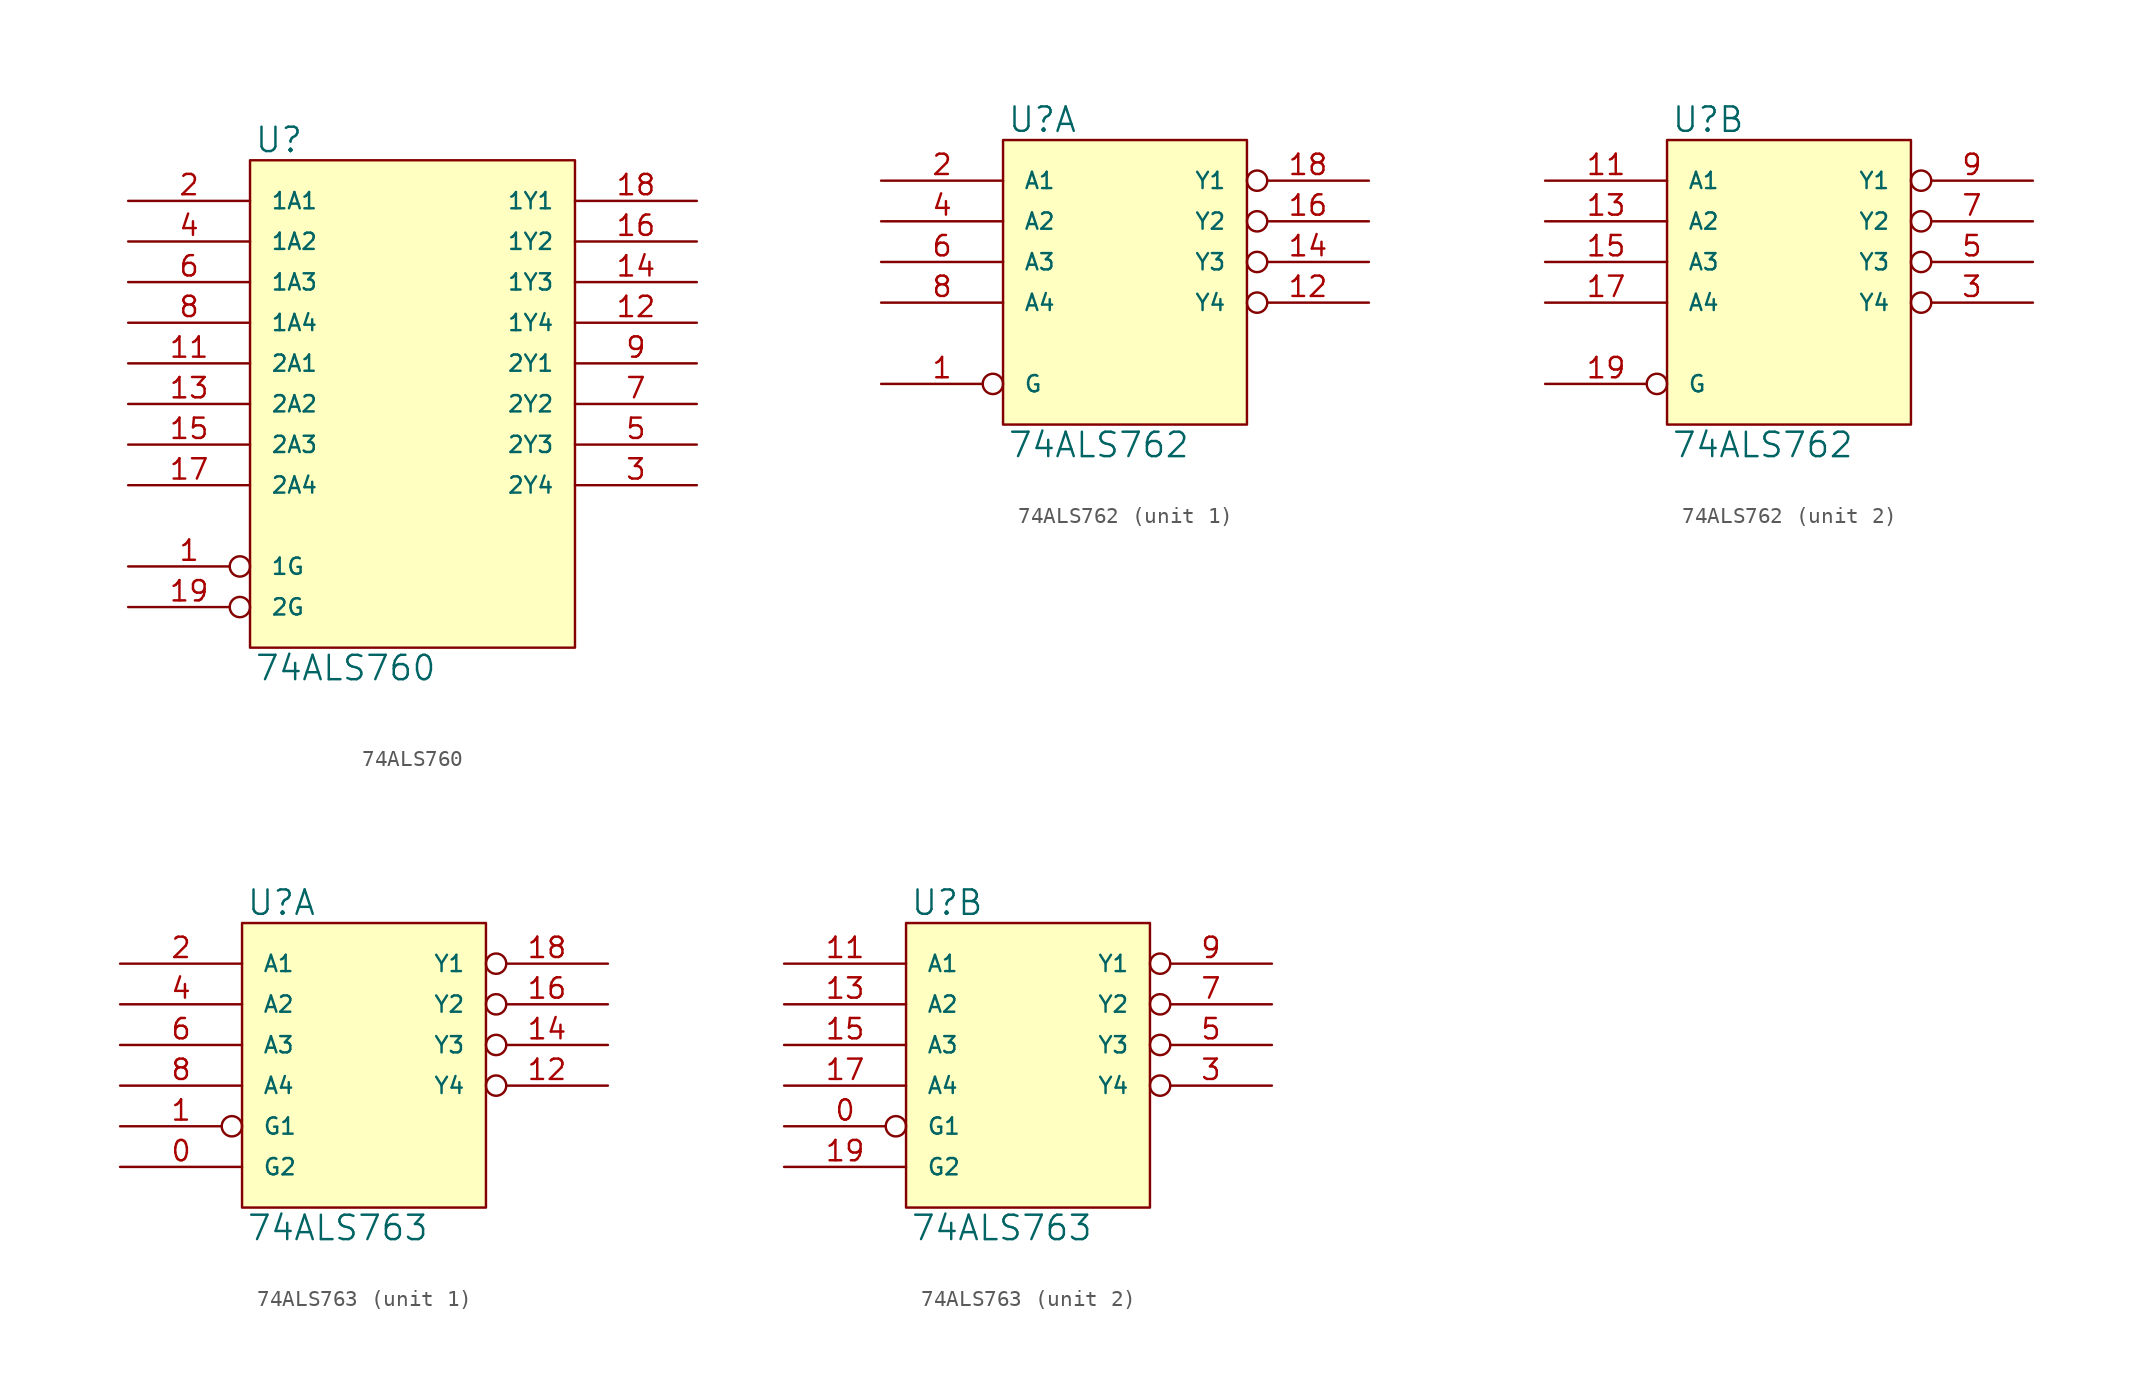
<source format=kicad_sym>
(kicad_symbol_lib
  (version 20231120)
  (generator "kicad_symbol_editor")
  (generator_version "8.0")
  (symbol "74ALS760"
    (pin_names
      (offset 1.27))
    (property "Reference" "U"
      (at 0.254 0.381 0)
      (effects (font (size 1.524 1.524)) (justify left bottom)))
    (property "Value" "74ALS760"
      (at 0.254 -30.861 0)
      (effects (font (size 1.524 1.524)) (justify left top)))
    (symbol "74ALS760_0_1"
      (rectangle (start 0 0) (end 20.32 -30.48) (stroke (width 0) (type solid)) (fill (type background))))
    (symbol "74ALS760_1_1"
      (pin input inverted (at -7.62 -25.4 0) (length 7.62) (name "1G" (effects (font (size 1.016 1.016)))) (number "1" (effects (font (size 1.27 1.27)))))
      (pin power_in line (at 0 -30.48 90) (length 0) hide (name "GND" (effects (font (size 1.016 1.016)))) (number "10" (effects (font (size 1.27 1.27)))))
      (pin input line (at -7.62 -12.7 0) (length 7.62) (name "2A1" (effects (font (size 1.016 1.016)))) (number "11" (effects (font (size 1.27 1.27)))))
      (pin open_collector line (at 27.94 -10.16 180) (length 7.62) (name "1Y4" (effects (font (size 1.016 1.016)))) (number "12" (effects (font (size 1.27 1.27)))))
      (pin input line (at -7.62 -15.24 0) (length 7.62) (name "2A2" (effects (font (size 1.016 1.016)))) (number "13" (effects (font (size 1.27 1.27)))))
      (pin open_collector line (at 27.94 -7.62 180) (length 7.62) (name "1Y3" (effects (font (size 1.016 1.016)))) (number "14" (effects (font (size 1.27 1.27)))))
      (pin input line (at -7.62 -17.78 0) (length 7.62) (name "2A3" (effects (font (size 1.016 1.016)))) (number "15" (effects (font (size 1.27 1.27)))))
      (pin open_collector line (at 27.94 -5.08 180) (length 7.62) (name "1Y2" (effects (font (size 1.016 1.016)))) (number "16" (effects (font (size 1.27 1.27)))))
      (pin input line (at -7.62 -20.32 0) (length 7.62) (name "2A4" (effects (font (size 1.016 1.016)))) (number "17" (effects (font (size 1.27 1.27)))))
      (pin open_collector line (at 27.94 -2.54 180) (length 7.62) (name "1Y1" (effects (font (size 1.016 1.016)))) (number "18" (effects (font (size 1.27 1.27)))))
      (pin input inverted (at -7.62 -27.94 0) (length 7.62) (name "2G" (effects (font (size 1.016 1.016)))) (number "19" (effects (font (size 1.27 1.27)))))
      (pin input line (at -7.62 -2.54 0) (length 7.62) (name "1A1" (effects (font (size 1.016 1.016)))) (number "2" (effects (font (size 1.27 1.27)))))
      (pin power_in line (at 0 0 270) (length 0) hide (name "VCC" (effects (font (size 1.016 1.016)))) (number "20" (effects (font (size 1.27 1.27)))))
      (pin open_collector line (at 27.94 -20.32 180) (length 7.62) (name "2Y4" (effects (font (size 1.016 1.016)))) (number "3" (effects (font (size 1.27 1.27)))))
      (pin input line (at -7.62 -5.08 0) (length 7.62) (name "1A2" (effects (font (size 1.016 1.016)))) (number "4" (effects (font (size 1.27 1.27)))))
      (pin open_collector line (at 27.94 -17.78 180) (length 7.62) (name "2Y3" (effects (font (size 1.016 1.016)))) (number "5" (effects (font (size 1.27 1.27)))))
      (pin input line (at -7.62 -7.62 0) (length 7.62) (name "1A3" (effects (font (size 1.016 1.016)))) (number "6" (effects (font (size 1.27 1.27)))))
      (pin open_collector line (at 27.94 -15.24 180) (length 7.62) (name "2Y2" (effects (font (size 1.016 1.016)))) (number "7" (effects (font (size 1.27 1.27)))))
      (pin input line (at -7.62 -10.16 0) (length 7.62) (name "1A4" (effects (font (size 1.016 1.016)))) (number "8" (effects (font (size 1.27 1.27)))))
      (pin open_collector line (at 27.94 -12.7 180) (length 7.62) (name "2Y1" (effects (font (size 1.016 1.016)))) (number "9" (effects (font (size 1.27 1.27)))))))
  (symbol "74ALS762"
    (pin_names
      (offset 1.27))
    (property "Reference" "U"
      (at 0.254 0.381 0)
      (effects (font (size 1.524 1.524)) (justify left bottom)))
    (property "Value" "74ALS762"
      (at 0.254 -18.161 0)
      (effects (font (size 1.524 1.524)) (justify left top)))
    (symbol "74ALS762_0_1"
      (rectangle (start 0 0) (end 15.24 -17.78) (stroke (width 0) (type solid)) (fill (type background))))
    (symbol "74ALS762_1_1"
      (pin input inverted (at -7.62 -15.24 0) (length 7.62) (name "G" (effects (font (size 1.016 1.016)))) (number "1" (effects (font (size 1.27 1.27)))))
      (pin power_in line (at 0 -17.78 90) (length 0) hide (name "GND" (effects (font (size 1.016 1.016)))) (number "10" (effects (font (size 1.27 1.27)))))
      (pin open_collector inverted (at 22.86 -10.16 180) (length 7.62) (name "Y4" (effects (font (size 1.016 1.016)))) (number "12" (effects (font (size 1.27 1.27)))))
      (pin open_collector inverted (at 22.86 -7.62 180) (length 7.62) (name "Y3" (effects (font (size 1.016 1.016)))) (number "14" (effects (font (size 1.27 1.27)))))
      (pin open_collector inverted (at 22.86 -5.08 180) (length 7.62) (name "Y2" (effects (font (size 1.016 1.016)))) (number "16" (effects (font (size 1.27 1.27)))))
      (pin open_collector inverted (at 22.86 -2.54 180) (length 7.62) (name "Y1" (effects (font (size 1.016 1.016)))) (number "18" (effects (font (size 1.27 1.27)))))
      (pin input line (at -7.62 -2.54 0) (length 7.62) (name "A1" (effects (font (size 1.016 1.016)))) (number "2" (effects (font (size 1.27 1.27)))))
      (pin power_in line (at 0 0 270) (length 0) hide (name "VCC" (effects (font (size 1.016 1.016)))) (number "20" (effects (font (size 1.27 1.27)))))
      (pin input line (at -7.62 -5.08 0) (length 7.62) (name "A2" (effects (font (size 1.016 1.016)))) (number "4" (effects (font (size 1.27 1.27)))))
      (pin input line (at -7.62 -7.62 0) (length 7.62) (name "A3" (effects (font (size 1.016 1.016)))) (number "6" (effects (font (size 1.27 1.27)))))
      (pin input line (at -7.62 -10.16 0) (length 7.62) (name "A4" (effects (font (size 1.016 1.016)))) (number "8" (effects (font (size 1.27 1.27))))))
    (symbol "74ALS762_2_1"
      (pin power_in line (at 0 -17.78 90) (length 0) hide (name "GND" (effects (font (size 1.016 1.016)))) (number "10" (effects (font (size 1.27 1.27)))))
      (pin input line (at -7.62 -2.54 0) (length 7.62) (name "A1" (effects (font (size 1.016 1.016)))) (number "11" (effects (font (size 1.27 1.27)))))
      (pin input line (at -7.62 -5.08 0) (length 7.62) (name "A2" (effects (font (size 1.016 1.016)))) (number "13" (effects (font (size 1.27 1.27)))))
      (pin input line (at -7.62 -7.62 0) (length 7.62) (name "A3" (effects (font (size 1.016 1.016)))) (number "15" (effects (font (size 1.27 1.27)))))
      (pin input line (at -7.62 -10.16 0) (length 7.62) (name "A4" (effects (font (size 1.016 1.016)))) (number "17" (effects (font (size 1.27 1.27)))))
      (pin input inverted (at -7.62 -15.24 0) (length 7.62) (name "G" (effects (font (size 1.016 1.016)))) (number "19" (effects (font (size 1.27 1.27)))))
      (pin power_in line (at 0 0 270) (length 0) hide (name "VCC" (effects (font (size 1.016 1.016)))) (number "20" (effects (font (size 1.27 1.27)))))
      (pin open_collector inverted (at 22.86 -10.16 180) (length 7.62) (name "Y4" (effects (font (size 1.016 1.016)))) (number "3" (effects (font (size 1.27 1.27)))))
      (pin open_collector inverted (at 22.86 -7.62 180) (length 7.62) (name "Y3" (effects (font (size 1.016 1.016)))) (number "5" (effects (font (size 1.27 1.27)))))
      (pin open_collector inverted (at 22.86 -5.08 180) (length 7.62) (name "Y2" (effects (font (size 1.016 1.016)))) (number "7" (effects (font (size 1.27 1.27)))))
      (pin open_collector inverted (at 22.86 -2.54 180) (length 7.62) (name "Y1" (effects (font (size 1.016 1.016)))) (number "9" (effects (font (size 1.27 1.27)))))))
  (symbol "74ALS763"
    (pin_names
      (offset 1.27))
    (property "Reference" "U"
      (at 0.254 0.381 0)
      (effects (font (size 1.524 1.524)) (justify left bottom)))
    (property "Value" "74ALS763"
      (at 0.254 -18.161 0)
      (effects (font (size 1.524 1.524)) (justify left top)))
    (symbol "74ALS763_0_1"
      (rectangle (start 0 0) (end 15.24 -17.78) (stroke (width 0) (type solid)) (fill (type background))))
    (symbol "74ALS763_1_1"
      (pin input line (at -7.62 -15.24 0) (length 7.62) (name "G2" (effects (font (size 1.016 1.016)))) (number "0" (effects (font (size 1.27 1.27)))))
      (pin input inverted (at -7.62 -12.7 0) (length 7.62) (name "G1" (effects (font (size 1.016 1.016)))) (number "1" (effects (font (size 1.27 1.27)))))
      (pin power_in line (at 0 -17.78 90) (length 0) hide (name "GND" (effects (font (size 1.016 1.016)))) (number "10" (effects (font (size 1.27 1.27)))))
      (pin open_collector inverted (at 22.86 -10.16 180) (length 7.62) (name "Y4" (effects (font (size 1.016 1.016)))) (number "12" (effects (font (size 1.27 1.27)))))
      (pin open_collector inverted (at 22.86 -7.62 180) (length 7.62) (name "Y3" (effects (font (size 1.016 1.016)))) (number "14" (effects (font (size 1.27 1.27)))))
      (pin open_collector inverted (at 22.86 -5.08 180) (length 7.62) (name "Y2" (effects (font (size 1.016 1.016)))) (number "16" (effects (font (size 1.27 1.27)))))
      (pin open_collector inverted (at 22.86 -2.54 180) (length 7.62) (name "Y1" (effects (font (size 1.016 1.016)))) (number "18" (effects (font (size 1.27 1.27)))))
      (pin input line (at -7.62 -2.54 0) (length 7.62) (name "A1" (effects (font (size 1.016 1.016)))) (number "2" (effects (font (size 1.27 1.27)))))
      (pin power_in line (at 0 0 270) (length 0) hide (name "VCC" (effects (font (size 1.016 1.016)))) (number "20" (effects (font (size 1.27 1.27)))))
      (pin input line (at -7.62 -5.08 0) (length 7.62) (name "A2" (effects (font (size 1.016 1.016)))) (number "4" (effects (font (size 1.27 1.27)))))
      (pin input line (at -7.62 -7.62 0) (length 7.62) (name "A3" (effects (font (size 1.016 1.016)))) (number "6" (effects (font (size 1.27 1.27)))))
      (pin input line (at -7.62 -10.16 0) (length 7.62) (name "A4" (effects (font (size 1.016 1.016)))) (number "8" (effects (font (size 1.27 1.27))))))
    (symbol "74ALS763_2_1"
      (pin input inverted (at -7.62 -12.7 0) (length 7.62) (name "G1" (effects (font (size 1.016 1.016)))) (number "0" (effects (font (size 1.27 1.27)))))
      (pin power_in line (at 0 -17.78 90) (length 0) hide (name "GND" (effects (font (size 1.016 1.016)))) (number "10" (effects (font (size 1.27 1.27)))))
      (pin input line (at -7.62 -2.54 0) (length 7.62) (name "A1" (effects (font (size 1.016 1.016)))) (number "11" (effects (font (size 1.27 1.27)))))
      (pin input line (at -7.62 -5.08 0) (length 7.62) (name "A2" (effects (font (size 1.016 1.016)))) (number "13" (effects (font (size 1.27 1.27)))))
      (pin input line (at -7.62 -7.62 0) (length 7.62) (name "A3" (effects (font (size 1.016 1.016)))) (number "15" (effects (font (size 1.27 1.27)))))
      (pin input line (at -7.62 -10.16 0) (length 7.62) (name "A4" (effects (font (size 1.016 1.016)))) (number "17" (effects (font (size 1.27 1.27)))))
      (pin input line (at -7.62 -15.24 0) (length 7.62) (name "G2" (effects (font (size 1.016 1.016)))) (number "19" (effects (font (size 1.27 1.27)))))
      (pin power_in line (at 0 0 270) (length 0) hide (name "VCC" (effects (font (size 1.016 1.016)))) (number "20" (effects (font (size 1.27 1.27)))))
      (pin open_collector inverted (at 22.86 -10.16 180) (length 7.62) (name "Y4" (effects (font (size 1.016 1.016)))) (number "3" (effects (font (size 1.27 1.27)))))
      (pin open_collector inverted (at 22.86 -7.62 180) (length 7.62) (name "Y3" (effects (font (size 1.016 1.016)))) (number "5" (effects (font (size 1.27 1.27)))))
      (pin open_collector inverted (at 22.86 -5.08 180) (length 7.62) (name "Y2" (effects (font (size 1.016 1.016)))) (number "7" (effects (font (size 1.27 1.27)))))
      (pin open_collector inverted (at 22.86 -2.54 180) (length 7.62) (name "Y1" (effects (font (size 1.016 1.016)))) (number "9" (effects (font (size 1.27 1.27))))))))
</source>
